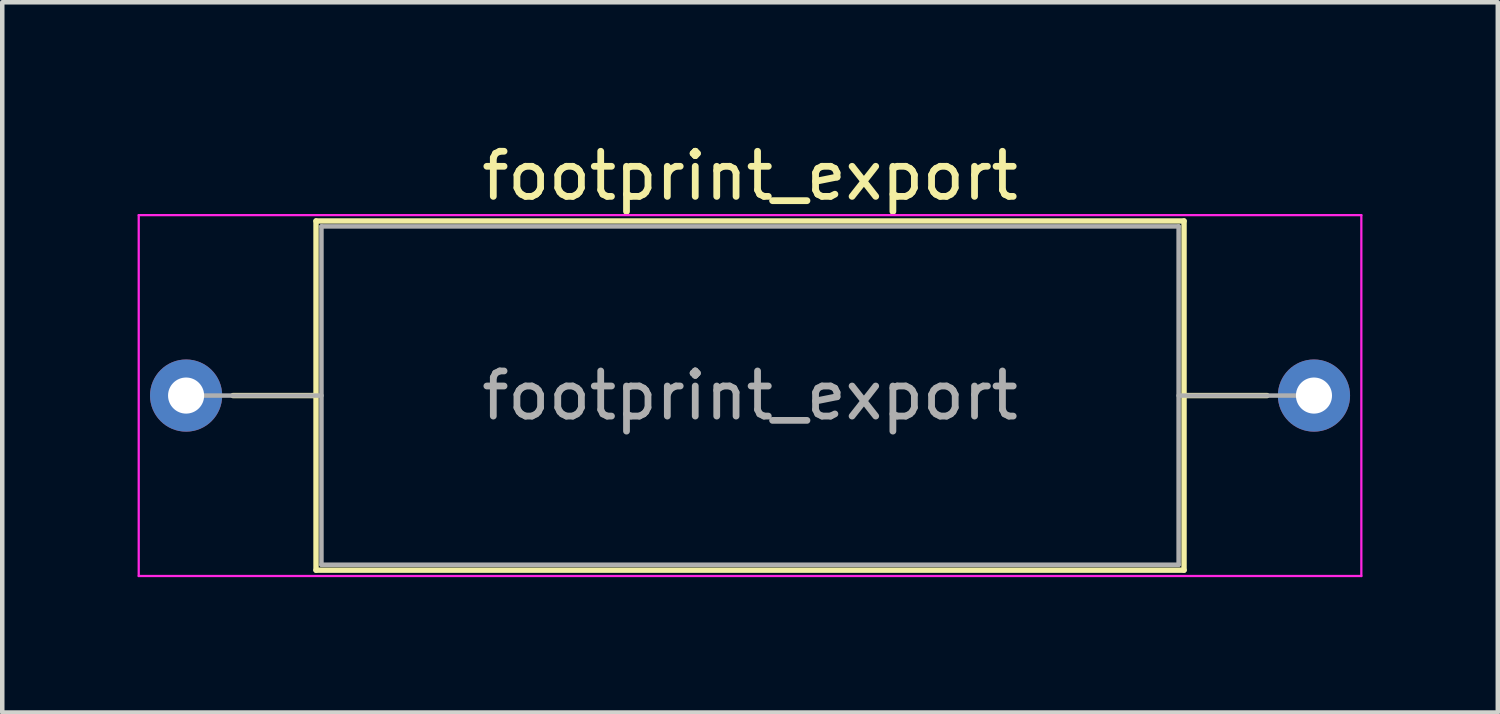
<source format=kicad_pcb>
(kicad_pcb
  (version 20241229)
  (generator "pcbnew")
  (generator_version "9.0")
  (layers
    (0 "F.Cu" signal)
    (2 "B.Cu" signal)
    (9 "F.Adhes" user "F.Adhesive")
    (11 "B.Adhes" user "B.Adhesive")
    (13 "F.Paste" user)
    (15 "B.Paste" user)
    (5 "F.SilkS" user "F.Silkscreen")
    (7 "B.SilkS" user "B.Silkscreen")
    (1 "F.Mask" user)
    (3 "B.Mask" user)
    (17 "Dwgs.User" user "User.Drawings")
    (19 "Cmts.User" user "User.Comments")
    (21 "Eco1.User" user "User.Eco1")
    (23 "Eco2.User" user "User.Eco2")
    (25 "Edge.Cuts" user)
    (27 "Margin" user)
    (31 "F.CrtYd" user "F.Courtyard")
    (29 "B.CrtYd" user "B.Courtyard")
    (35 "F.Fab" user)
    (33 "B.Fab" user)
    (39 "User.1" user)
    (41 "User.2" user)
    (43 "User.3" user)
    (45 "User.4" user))
  (footprint "footprint_export"
    (layer "F.Cu")
    (at 1.075 5.718)
    (property "Reference" "footprint_export" (at 12.5 -4.87 0) (layer "F.SilkS") (effects (font (size 1 1) (thickness 0.15))))
    (attr through_hole)
    (fp_line (start 1.04 0) (end 2.88 0) (stroke (width 0.12) (type solid)) (layer "F.SilkS"))
    (fp_line (start 2.88 -3.87) (end 2.88 3.87) (stroke (width 0.12) (type solid)) (layer "F.SilkS"))
    (fp_line (start 2.88 3.87) (end 22.12 3.87) (stroke (width 0.12) (type solid)) (layer "F.SilkS"))
    (fp_line (start 22.12 -3.87) (end 2.88 -3.87) (stroke (width 0.12) (type solid)) (layer "F.SilkS"))
    (fp_line (start 22.12 3.87) (end 22.12 -3.87) (stroke (width 0.12) (type solid)) (layer "F.SilkS"))
    (fp_line (start 23.96 0) (end 22.12 0) (stroke (width 0.12) (type solid)) (layer "F.SilkS"))
    (fp_line (start -1.05 -4) (end -1.05 4) (stroke (width 0.05) (type solid)) (layer "F.CrtYd"))
    (fp_line (start -1.05 4) (end 26.05 4) (stroke (width 0.05) (type solid)) (layer "F.CrtYd"))
    (fp_line (start 26.05 -4) (end -1.05 -4) (stroke (width 0.05) (type solid)) (layer "F.CrtYd"))
    (fp_line (start 26.05 4) (end 26.05 -4) (stroke (width 0.05) (type solid)) (layer "F.CrtYd"))
    (fp_line (start 0 0) (end 3 0) (stroke (width 0.1) (type solid)) (layer "F.Fab"))
    (fp_line (start 3 -3.75) (end 3 3.75) (stroke (width 0.1) (type solid)) (layer "F.Fab"))
    (fp_line (start 3 3.75) (end 22 3.75) (stroke (width 0.1) (type solid)) (layer "F.Fab"))
    (fp_line (start 22 -3.75) (end 3 -3.75) (stroke (width 0.1) (type solid)) (layer "F.Fab"))
    (fp_line (start 22 3.75) (end 22 -3.75) (stroke (width 0.1) (type solid)) (layer "F.Fab"))
    (fp_line (start 25 0) (end 22 0) (stroke (width 0.1) (type solid)) (layer "F.Fab"))
    (fp_text user "${REFERENCE}" (at 12.5 0 0) (layer "F.Fab") (effects (font (size 1 1) (thickness 0.15))))
    (pad "1" thru_hole circle (at 0 0) (size 1.6 1.6) (drill 0.8) (layers "*.Cu" "*.Mask"))
    (pad "2" thru_hole oval (at 25 0) (size 1.6 1.6) (drill 0.8) (layers "*.Cu" "*.Mask")))
  (gr_rect
    (start -3 -3)
    (end 30.15 12.743)
    (stroke (width 0.1) (type default))
    (fill no)
    (layer "Edge.Cuts")))
</source>
